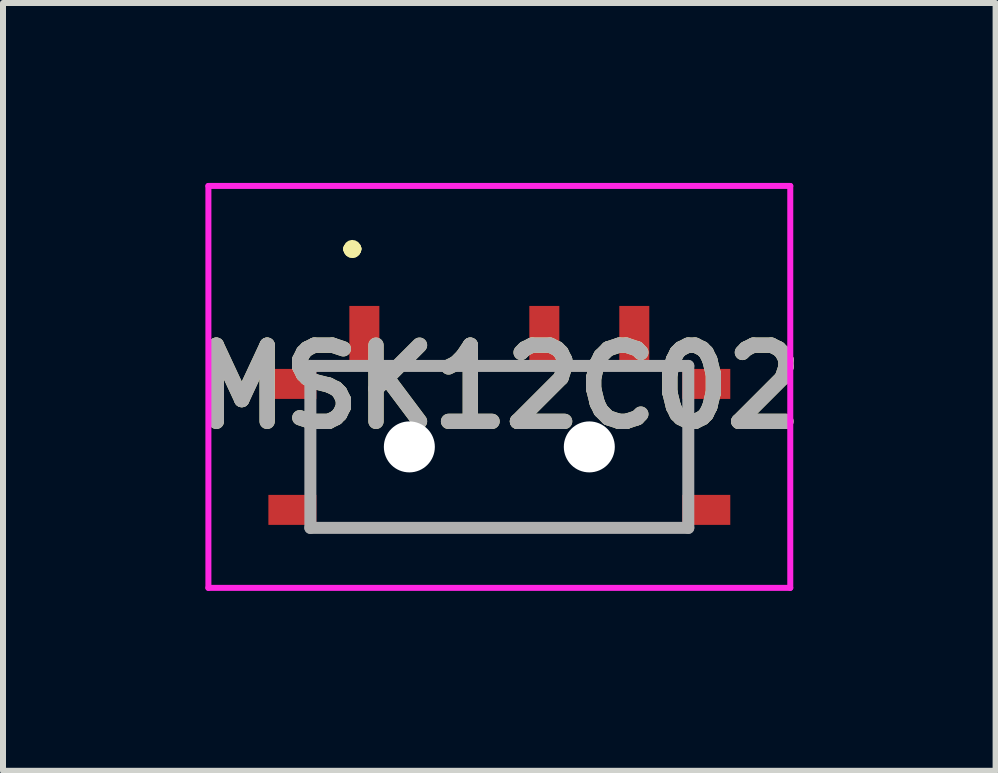
<source format=kicad_pcb>
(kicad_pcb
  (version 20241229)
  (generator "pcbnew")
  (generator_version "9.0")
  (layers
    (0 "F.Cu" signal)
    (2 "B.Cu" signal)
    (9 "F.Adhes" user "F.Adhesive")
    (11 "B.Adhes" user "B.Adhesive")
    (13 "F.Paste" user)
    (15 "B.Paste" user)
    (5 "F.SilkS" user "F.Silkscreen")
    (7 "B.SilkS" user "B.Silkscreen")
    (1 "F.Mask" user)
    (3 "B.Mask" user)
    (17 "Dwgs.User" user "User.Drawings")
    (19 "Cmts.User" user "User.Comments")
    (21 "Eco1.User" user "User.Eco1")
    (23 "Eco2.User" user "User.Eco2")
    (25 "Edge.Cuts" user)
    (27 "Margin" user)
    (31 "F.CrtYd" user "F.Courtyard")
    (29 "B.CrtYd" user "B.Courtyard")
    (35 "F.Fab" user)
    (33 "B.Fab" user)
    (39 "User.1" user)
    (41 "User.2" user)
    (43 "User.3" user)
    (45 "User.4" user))
  (footprint "MSK12C02"
    (layer "F.Cu")
    (at 5.274 4.4)
    (property "Reference" "MSK12C02" (at 0 -1 0) (layer "F.SilkS") (effects (font (size 1.27 1.27) (thickness 0.254))))
    (attr through_hole)
    (fp_line (start -3.15 -0.25) (end -3.15 -0.25) (stroke (width 0.1) (type solid)) (layer "F.SilkS"))
    (fp_line (start -3.15 -0.25) (end -3.15 0.25) (stroke (width 0.1) (type solid)) (layer "F.SilkS"))
    (fp_line (start -3.15 0.25) (end -3.15 -0.25) (stroke (width 0.1) (type solid)) (layer "F.SilkS"))
    (fp_line (start -3.15 0.25) (end -3.15 0.25) (stroke (width 0.1) (type solid)) (layer "F.SilkS"))
    (fp_line (start -2.5 -3.3) (end -2.5 -3.3) (stroke (width 0.2) (type solid)) (layer "F.SilkS"))
    (fp_line (start -2.5 -3.3) (end -2.5 -3.3) (stroke (width 0.2) (type solid)) (layer "F.SilkS"))
    (fp_line (start -2.5 1.35) (end -2.5 1.35) (stroke (width 0.1) (type solid)) (layer "F.SilkS"))
    (fp_line (start -2.5 1.35) (end 2.5 1.35) (stroke (width 0.1) (type solid)) (layer "F.SilkS"))
    (fp_line (start -2.4 -3.3) (end -2.4 -3.3) (stroke (width 0.2) (type solid)) (layer "F.SilkS"))
    (fp_line (start -1.25 -1.35) (end -1.25 -1.35) (stroke (width 0.1) (type solid)) (layer "F.SilkS"))
    (fp_line (start -1.25 -1.35) (end -0.25 -1.35) (stroke (width 0.1) (type solid)) (layer "F.SilkS"))
    (fp_line (start -0.25 -1.35) (end -1.25 -1.35) (stroke (width 0.1) (type solid)) (layer "F.SilkS"))
    (fp_line (start -0.25 -1.35) (end -0.25 -1.35) (stroke (width 0.1) (type solid)) (layer "F.SilkS"))
    (fp_line (start 2.5 1.35) (end -2.5 1.35) (stroke (width 0.1) (type solid)) (layer "F.SilkS"))
    (fp_line (start 2.5 1.35) (end 2.5 1.35) (stroke (width 0.1) (type solid)) (layer "F.SilkS"))
    (fp_line (start 3.15 -0.25) (end 3.15 -0.25) (stroke (width 0.1) (type solid)) (layer "F.SilkS"))
    (fp_line (start 3.15 -0.25) (end 3.15 0.25) (stroke (width 0.1) (type solid)) (layer "F.SilkS"))
    (fp_line (start 3.15 0.25) (end 3.15 -0.25) (stroke (width 0.1) (type solid)) (layer "F.SilkS"))
    (fp_line (start 3.15 0.25) (end 3.15 0.25) (stroke (width 0.1) (type solid)) (layer "F.SilkS"))
    (fp_arc (start -2.5 -3.3) (mid -2.45 -3.35) (end -2.4 -3.3) (stroke (width 0.2) (type solid)) (layer "F.SilkS"))
    (fp_arc (start -2.4 -3.3) (mid -2.45 -3.25) (end -2.5 -3.3) (stroke (width 0.2) (type solid)) (layer "F.SilkS"))
    (fp_arc (start -2.4 -3.3) (mid -2.45 -3.25) (end -2.5 -3.3) (stroke (width 0.2) (type solid)) (layer "F.SilkS"))
    (fp_line (start -4.85 -4.35) (end 4.85 -4.35) (stroke (width 0.1) (type solid)) (layer "F.CrtYd"))
    (fp_line (start -4.85 2.35) (end -4.85 -4.35) (stroke (width 0.1) (type solid)) (layer "F.CrtYd"))
    (fp_line (start 4.85 -4.35) (end 4.85 2.35) (stroke (width 0.1) (type solid)) (layer "F.CrtYd"))
    (fp_line (start 4.85 2.35) (end -4.85 2.35) (stroke (width 0.1) (type solid)) (layer "F.CrtYd"))
    (fp_line (start -3.15 -1.35) (end -3.15 1.35) (stroke (width 0.2) (type solid)) (layer "F.Fab"))
    (fp_line (start -3.15 1.35) (end 3.15 1.35) (stroke (width 0.2) (type solid)) (layer "F.Fab"))
    (fp_line (start 3.15 -1.35) (end -3.15 -1.35) (stroke (width 0.2) (type solid)) (layer "F.Fab"))
    (fp_line (start 3.15 1.35) (end 3.15 -1.35) (stroke (width 0.2) (type solid)) (layer "F.Fab"))
    (fp_text user "${REFERENCE}" (at 0 -1 0) (layer "F.Fab") (effects (font (size 1.27 1.27) (thickness 0.254))))
    (pad "" np_thru_hole circle (at -1.5 0) (size 0.85 0.85) (drill 0.85) (layers "*.Cu" "*.Mask"))
    (pad "" np_thru_hole circle (at 1.5 0) (size 0.85 0.85) (drill 0.85) (layers "*.Cu" "*.Mask"))
    (pad "A1" smd rect (at -2.25 -1.85) (size 0.5 1) (layers "F.Cu" "F.Mask" "F.Paste"))
    (pad "B1" smd rect (at 0.75 -1.85) (size 0.5 1) (layers "F.Cu" "F.Mask" "F.Paste"))
    (pad "C1" smd rect (at 2.25 -1.85) (size 0.5 1) (layers "F.Cu" "F.Mask" "F.Paste"))
    (pad "MP1" smd rect (at 3.45 -1.05 90) (size 0.5 0.8) (layers "F.Cu" "F.Mask" "F.Paste"))
    (pad "MP2" smd rect (at 3.45 1.05 90) (size 0.5 0.8) (layers "F.Cu" "F.Mask" "F.Paste"))
    (pad "MP3" smd rect (at -3.45 1.05 90) (size 0.5 0.8) (layers "F.Cu" "F.Mask" "F.Paste"))
    (pad "MP4" smd rect (at -3.45 -1.05 90) (size 0.5 0.8) (layers "F.Cu" "F.Mask" "F.Paste")))
  (gr_rect
    (start -3 -3)
    (end 13.547 9.8)
    (stroke (width 0.1) (type default))
    (fill no)
    (layer "Edge.Cuts")))
</source>
